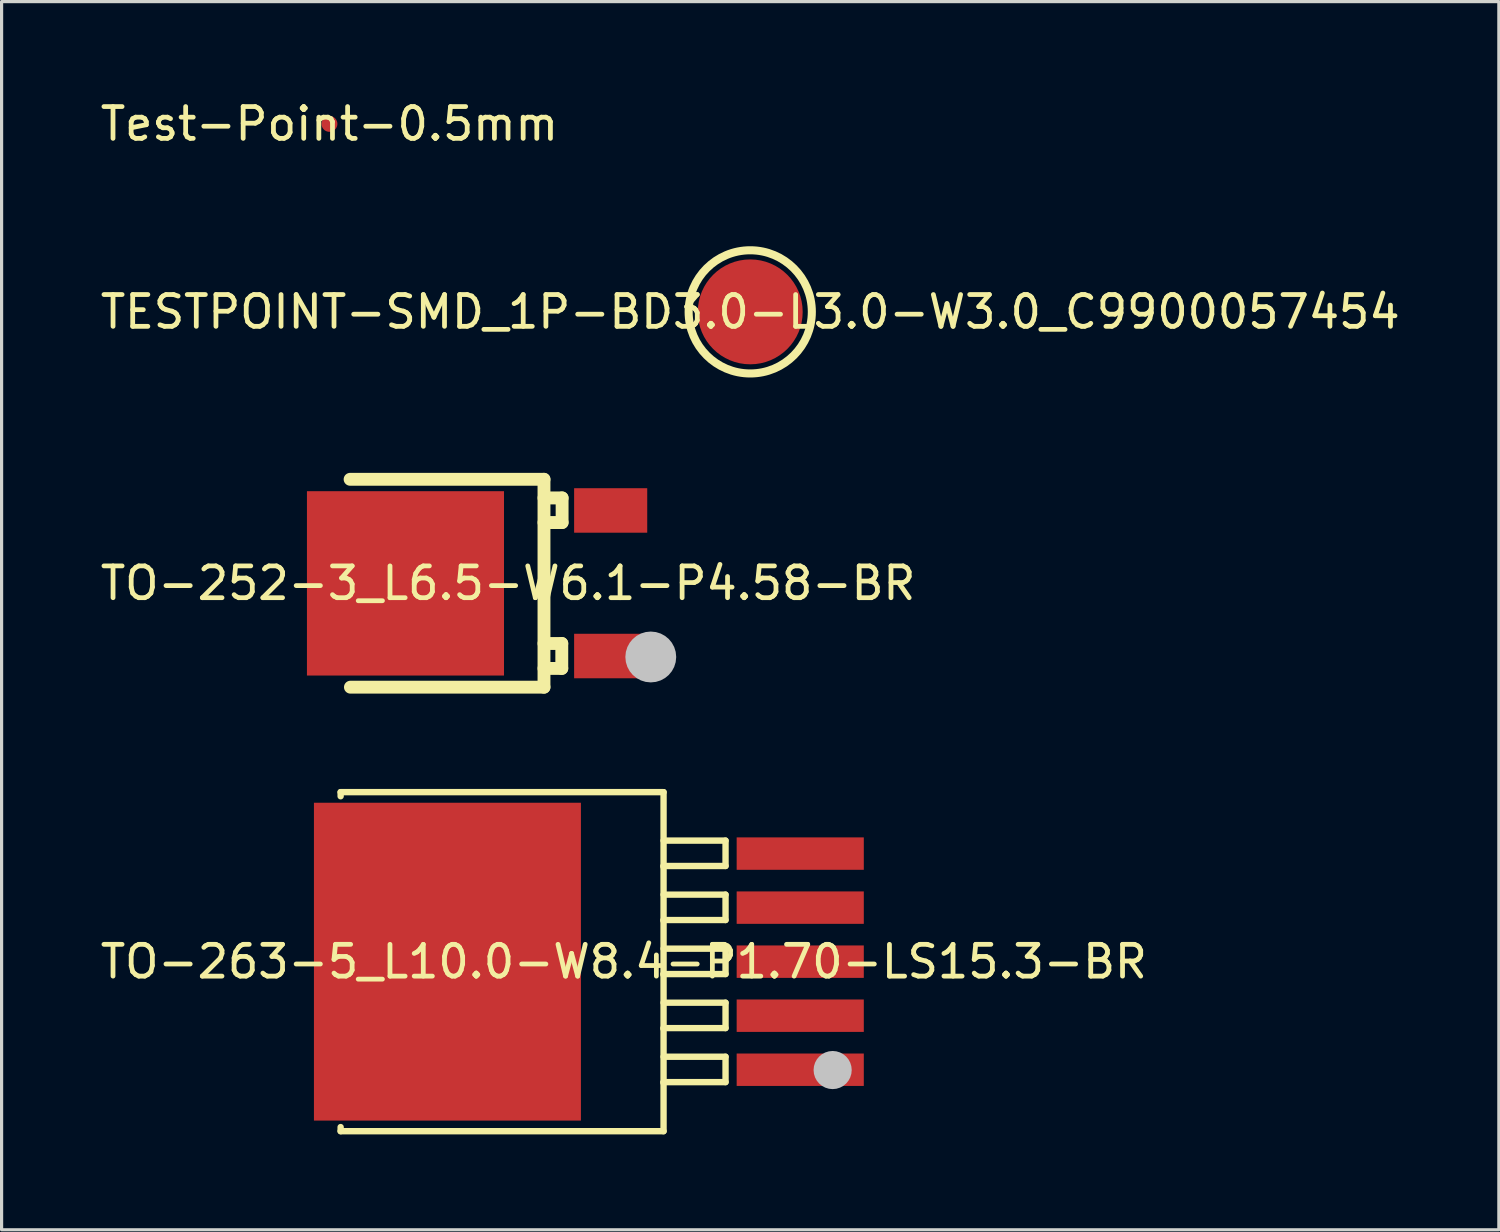
<source format=kicad_pcb>
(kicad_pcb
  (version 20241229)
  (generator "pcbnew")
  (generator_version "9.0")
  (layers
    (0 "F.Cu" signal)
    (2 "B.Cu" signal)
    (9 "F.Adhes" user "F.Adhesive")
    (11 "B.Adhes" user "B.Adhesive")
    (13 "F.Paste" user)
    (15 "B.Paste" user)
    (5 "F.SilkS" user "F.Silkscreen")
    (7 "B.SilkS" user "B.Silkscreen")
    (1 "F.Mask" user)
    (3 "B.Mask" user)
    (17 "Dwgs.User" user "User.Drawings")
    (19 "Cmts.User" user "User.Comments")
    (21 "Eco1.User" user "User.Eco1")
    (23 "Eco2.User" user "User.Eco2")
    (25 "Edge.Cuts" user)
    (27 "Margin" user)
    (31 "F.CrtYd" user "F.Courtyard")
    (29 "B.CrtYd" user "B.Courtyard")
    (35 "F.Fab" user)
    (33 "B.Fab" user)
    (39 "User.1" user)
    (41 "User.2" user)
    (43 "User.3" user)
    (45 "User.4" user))
  (footprint "Test-Point-0.5mm"
    (layer "F.Cu")
    (at 7.315 0.848)
    (property "Reference" "Test-Point-0.5mm" (at 0 0 0) (unlocked yes) (layer "F.SilkS") (effects (font (size 1 1) (thickness 0.15))))
    (pad "1" smd circle (at 0 0) (size 0.5 0.5) (layers "F.Cu" "F.Mask" "F.Paste")))
  (footprint "TESTPOINT-SMD_1P-BD3.0-L3.0-W3.0_C9900057454"
    (layer "F.Cu")
    (at 20.554 6.762)
    (property "Reference" "TESTPOINT-SMD_1P-BD3.0-L3.0-W3.0_C9900057454" (at 0 0 0) (unlocked yes) (layer "F.SilkS") (effects (font (size 1 1) (thickness 0.15))))
    (fp_circle (center 0 0) (end 1.938 0) (stroke (width 0.254) (type default)) (fill no) (layer "F.SilkS"))
    (fp_poly (pts (xy 1.5 0) (xy 1.48 -0.247) (xy 1.419 -0.487) (xy 1.319 -0.714) (xy 1.184 -0.921) (xy 1.016 -1.104) (xy 0.82 -1.256) (xy 0.603 -1.374) (xy 0.368 -1.454) (xy 0.124 -1.495) (xy -0.124 -1.495) (xy -0.368 -1.454) (xy -0.603 -1.374) (xy -0.82 -1.256) (xy -1.016 -1.104) (xy -1.184 -0.921) (xy -1.319 -0.714) (xy -1.419 -0.487) (xy -1.48 -0.247) (xy -1.5 0) (xy -1.48 0.247) (xy -1.419 0.487) (xy -1.319 0.714) (xy -1.184 0.921) (xy -1.016 1.104) (xy -0.82 1.256) (xy -0.603 1.374) (xy -0.368 1.454) (xy -0.124 1.495) (xy 0.124 1.495) (xy 0.368 1.454) (xy 0.603 1.374) (xy 0.82 1.256) (xy 1.016 1.104) (xy 1.184 0.921) (xy 1.319 0.714) (xy 1.419 0.487) (xy 1.48 0.247)) (stroke (width 0.1) (type default)) (fill no) (layer "User.1"))
    (fp_arc (start -1.5 0) (mid 0 -1.506012) (end 1.5 0) (stroke (width 0.051) (type default)) (layer "User.2"))
    (fp_arc (start 1.5 0) (mid 0 1.506012) (end -1.5 0) (stroke (width 0.051) (type default)) (layer "User.2"))
    (fp_poly (pts (xy 1.56 -1.506) (xy 1.542 -1.548) (xy 1.5 -1.566) (xy 1.458 -1.548) (xy 1.44 -1.506) (xy 1.458 -1.464) (xy 1.5 -1.446) (xy 1.542 -1.464)) (stroke (width 0.1) (type default)) (fill no) (layer "User.3"))
    (pad "1" smd circle (at 0 0) (size 3.3 3.3) (layers "F.Cu" "F.Mask" "F.Paste")))
  (footprint "TO-263-5_L10.0-W8.4-P1.70-LS15.3-BR"
    (layer "F.Cu")
    (at 16.577 27.206)
    (property "Reference" "TO-263-5_L10.0-W8.4-P1.70-LS15.3-BR" (at 0 0 0) (unlocked yes) (layer "F.SilkS") (effects (font (size 1 1) (thickness 0.15))))
    (fp_line (start -8.91 -5.334) (end 1.25 -5.334) (stroke (width 0.2) (type default)) (layer "F.SilkS"))
    (fp_line (start -8.91 -5.204) (end -8.91 -5.334) (stroke (width 0.2) (type default)) (layer "F.SilkS"))
    (fp_line (start -8.91 5.334) (end -8.91 5.204) (stroke (width 0.2) (type default)) (layer "F.SilkS"))
    (fp_line (start 1.25 -5.334) (end 1.25 5.334) (stroke (width 0.2) (type default)) (layer "F.SilkS"))
    (fp_line (start 1.25 -3.809) (end 3.2 -3.809) (stroke (width 0.2) (type default)) (layer "F.SilkS"))
    (fp_line (start 1.25 -3.01) (end 1.25 -2.981) (stroke (width 0.2) (type default)) (layer "F.SilkS"))
    (fp_line (start 1.25 -2.109) (end 3.2 -2.109) (stroke (width 0.2) (type default)) (layer "F.SilkS"))
    (fp_line (start 1.25 -1.31) (end 1.25 -1.281) (stroke (width 0.2) (type default)) (layer "F.SilkS"))
    (fp_line (start 1.25 -0.409) (end 3.2 -0.409) (stroke (width 0.2) (type default)) (layer "F.SilkS"))
    (fp_line (start 1.25 0.39) (end 1.25 0.419) (stroke (width 0.2) (type default)) (layer "F.SilkS"))
    (fp_line (start 1.25 1.291) (end 3.2 1.291) (stroke (width 0.2) (type default)) (layer "F.SilkS"))
    (fp_line (start 1.25 2.09) (end 1.25 2.119) (stroke (width 0.2) (type default)) (layer "F.SilkS"))
    (fp_line (start 1.25 2.991) (end 3.2 2.991) (stroke (width 0.2) (type default)) (layer "F.SilkS"))
    (fp_line (start 1.25 3.79) (end 1.25 3.819) (stroke (width 0.2) (type default)) (layer "F.SilkS"))
    (fp_line (start 1.25 5.334) (end -8.91 5.334) (stroke (width 0.2) (type default)) (layer "F.SilkS"))
    (fp_line (start 3.2 -3.809) (end 3.2 -3.01) (stroke (width 0.2) (type default)) (layer "F.SilkS"))
    (fp_line (start 3.2 -3.01) (end 1.25 -3.01) (stroke (width 0.2) (type default)) (layer "F.SilkS"))
    (fp_line (start 3.2 -2.109) (end 3.2 -1.31) (stroke (width 0.2) (type default)) (layer "F.SilkS"))
    (fp_line (start 3.2 -1.31) (end 1.25 -1.31) (stroke (width 0.2) (type default)) (layer "F.SilkS"))
    (fp_line (start 3.2 -0.409) (end 3.2 0.39) (stroke (width 0.2) (type default)) (layer "F.SilkS"))
    (fp_line (start 3.2 0.39) (end 1.25 0.39) (stroke (width 0.2) (type default)) (layer "F.SilkS"))
    (fp_line (start 3.2 1.291) (end 3.2 2.09) (stroke (width 0.2) (type default)) (layer "F.SilkS"))
    (fp_line (start 3.2 2.09) (end 1.25 2.09) (stroke (width 0.2) (type default)) (layer "F.SilkS"))
    (fp_line (start 3.2 2.991) (end 3.2 3.79) (stroke (width 0.2) (type default)) (layer "F.SilkS"))
    (fp_line (start 3.2 3.79) (end 1.25 3.79) (stroke (width 0.2) (type default)) (layer "F.SilkS"))
    (fp_circle (center 6.57 3.41) (end 6.87 3.41) (stroke (width 0.6) (type default)) (fill no) (layer "Dwgs.User"))
    (fp_poly (pts (xy 1.24 -2.995) (xy 1.24 -3.805) (xy 4 -3.805) (xy 4 -2.995)) (stroke (width 0.1) (type default)) (fill no) (layer "User.1"))
    (fp_poly (pts (xy 1.24 -1.295) (xy 1.24 -2.105) (xy 4 -2.105) (xy 4 -1.295)) (stroke (width 0.1) (type default)) (fill no) (layer "User.1"))
    (fp_poly (pts (xy 1.24 0.405) (xy 1.24 -0.405) (xy 4 -0.405) (xy 4 0.405)) (stroke (width 0.1) (type default)) (fill no) (layer "User.1"))
    (fp_poly (pts (xy 1.24 2.105) (xy 1.24 1.295) (xy 4 1.295) (xy 4 2.105)) (stroke (width 0.1) (type default)) (fill no) (layer "User.1"))
    (fp_poly (pts (xy 1.24 3.805) (xy 1.24 2.995) (xy 4 2.995) (xy 4 3.805)) (stroke (width 0.1) (type default)) (fill no) (layer "User.1"))
    (fp_poly (pts (xy 3.99 -2.995) (xy 3.99 -3.805) (xy 6.53 -3.805) (xy 6.53 -2.995)) (stroke (width 0.1) (type default)) (fill no) (layer "User.1"))
    (fp_poly (pts (xy 3.99 -1.295) (xy 3.99 -2.105) (xy 6.53 -2.105) (xy 6.53 -1.295)) (stroke (width 0.1) (type default)) (fill no) (layer "User.1"))
    (fp_poly (pts (xy 3.99 0.405) (xy 3.99 -0.405) (xy 6.53 -0.405) (xy 6.53 0.405)) (stroke (width 0.1) (type default)) (fill no) (layer "User.1"))
    (fp_poly (pts (xy 3.99 2.105) (xy 3.99 1.295) (xy 6.53 1.295) (xy 6.53 2.105)) (stroke (width 0.1) (type default)) (fill no) (layer "User.1"))
    (fp_poly (pts (xy 3.99 3.805) (xy 3.99 2.995) (xy 6.53 2.995) (xy 6.53 3.805)) (stroke (width 0.1) (type default)) (fill no) (layer "User.1"))
    (fp_poly (pts (xy -1.55 -5) (xy -1.55 5) (xy -7.795 5) (xy -8.81 4.064) (xy -8.81 -4.064) (xy -7.795 -5)) (stroke (width 0.1) (type default)) (fill no) (layer "User.1"))
    (fp_line (start -7.15 -5) (end 1.25 -5) (stroke (width 0.051) (type default)) (layer "User.2"))
    (fp_line (start -7.15 5) (end -7.15 -5) (stroke (width 0.051) (type default)) (layer "User.2"))
    (fp_line (start 1.25 -5) (end 1.25 5) (stroke (width 0.051) (type default)) (layer "User.2"))
    (fp_line (start 1.25 5) (end -7.15 5) (stroke (width 0.051) (type default)) (layer "User.2"))
    (fp_poly (pts (xy 6.59 5) (xy 6.572 4.958) (xy 6.53 4.94) (xy 6.488 4.958) (xy 6.47 5) (xy 6.488 5.042) (xy 6.53 5.06) (xy 6.572 5.042)) (stroke (width 0.1) (type default)) (fill no) (layer "User.3"))
    (pad "1" smd rect (at 5.55 3.4) (size 4 1.02) (layers "F.Cu" "F.Mask" "F.Paste"))
    (pad "2" smd rect (at 5.55 1.7) (size 4 1.02) (layers "F.Cu" "F.Mask" "F.Paste"))
    (pad "3" smd rect (at 5.55 0) (size 4 1.02) (layers "F.Cu" "F.Mask" "F.Paste"))
    (pad "4" smd rect (at 5.55 -1.7) (size 4 1.02) (layers "F.Cu" "F.Mask" "F.Paste"))
    (pad "5" smd rect (at 5.55 -3.4) (size 4 1.02) (layers "F.Cu" "F.Mask" "F.Paste"))
    (pad "6" smd rect (at -5.55 0) (size 8.4 10) (layers "F.Cu" "F.Mask" "F.Paste")))
  (footprint "TO-252-3_L6.5-W6.1-P4.58-BR"
    (layer "F.Cu")
    (at 12.935 15.3)
    (property "Reference" "TO-252-3_L6.5-W6.1-P4.58-BR" (at 0 0 0) (unlocked yes) (layer "F.SilkS") (effects (font (size 1 1) (thickness 0.15))))
    (fp_line (start -4.97 -3.27) (end 1.13 -3.27) (stroke (width 0.405) (type default)) (layer "F.SilkS"))
    (fp_line (start 1.13 -3.27) (end 1.13 3.27) (stroke (width 0.405) (type default)) (layer "F.SilkS"))
    (fp_line (start 1.13 -2.684) (end 1.7 -2.684) (stroke (width 0.405) (type default)) (layer "F.SilkS"))
    (fp_line (start 1.13 1.895) (end 1.69 1.895) (stroke (width 0.405) (type default)) (layer "F.SilkS"))
    (fp_line (start 1.13 3.27) (end -4.96 3.27) (stroke (width 0.405) (type default)) (layer "F.SilkS"))
    (fp_line (start 1.69 1.895) (end 1.69 2.68) (stroke (width 0.405) (type default)) (layer "F.SilkS"))
    (fp_line (start 1.69 2.68) (end 1.13 2.68) (stroke (width 0.405) (type default)) (layer "F.SilkS"))
    (fp_line (start 1.7 -2.684) (end 1.7 -1.91) (stroke (width 0.405) (type default)) (layer "F.SilkS"))
    (fp_line (start 1.7 -1.91) (end 1.13 -1.91) (stroke (width 0.405) (type default)) (layer "F.SilkS"))
    (fp_circle (center 4.49 2.32) (end 4.89 2.32) (stroke (width 0.8) (type default)) (fill no) (layer "Dwgs.User"))
    (fp_poly (pts (xy -6.048 -2.599) (xy -0.838 -2.599) (xy -0.838 2.607) (xy -6.048 2.607)) (stroke (width 0.1) (type default)) (fill no) (layer "User.1"))
    (fp_poly (pts (xy 2.458 -2.675) (xy 4.098 -2.675) (xy 4.098 -1.905) (xy 2.458 -1.905)) (stroke (width 0.1) (type default)) (fill no) (layer "User.1"))
    (fp_poly (pts (xy 2.458 1.905) (xy 4.098 1.905) (xy 4.098 2.675) (xy 2.458 2.675)) (stroke (width 0.1) (type default)) (fill no) (layer "User.1"))
    (fp_poly (pts (xy 3.4 -1.9) (xy 1.09 -1.9) (xy 1.09 -2.68) (xy 4.098 -2.68) (xy 4.098 -1.9)) (stroke (width 0.1) (type default)) (fill no) (layer "User.1"))
    (fp_poly (pts (xy 3.4 2.68) (xy 1.09 2.68) (xy 1.09 1.9) (xy 4.098 1.9) (xy 4.098 2.68)) (stroke (width 0.1) (type default)) (fill no) (layer "User.1"))
    (fp_line (start -4.968 -3.27) (end 1.127 -3.27) (stroke (width 0.051) (type default)) (layer "User.2"))
    (fp_line (start -4.968 3.27) (end -4.968 -3.27) (stroke (width 0.051) (type default)) (layer "User.2"))
    (fp_line (start 1.127 -3.27) (end 1.127 3.27) (stroke (width 0.051) (type default)) (layer "User.2"))
    (fp_line (start 1.127 3.27) (end -4.968 3.27) (stroke (width 0.051) (type default)) (layer "User.2"))
    (fp_poly (pts (xy 4.158 3.27) (xy 4.14 3.228) (xy 4.098 3.21) (xy 4.056 3.228) (xy 4.038 3.27) (xy 4.056 3.312) (xy 4.098 3.33) (xy 4.14 3.312)) (stroke (width 0.1) (type default)) (fill no) (layer "User.3"))
    (pad "1" smd rect (at 3.228 2.29) (size 2.3 1.4) (layers "F.Cu" "F.Mask" "F.Paste"))
    (pad "2" smd rect (at -3.228 0.004) (size 6.2 5.8) (layers "F.Cu" "F.Mask" "F.Paste"))
    (pad "3" smd rect (at 3.228 -2.29) (size 2.3 1.4) (layers "F.Cu" "F.Mask" "F.Paste")))
  (gr_rect
    (start -3 -3)
    (end 44.107 35.641)
    (stroke (width 0.1) (type default))
    (fill no)
    (layer "Edge.Cuts")))
</source>
